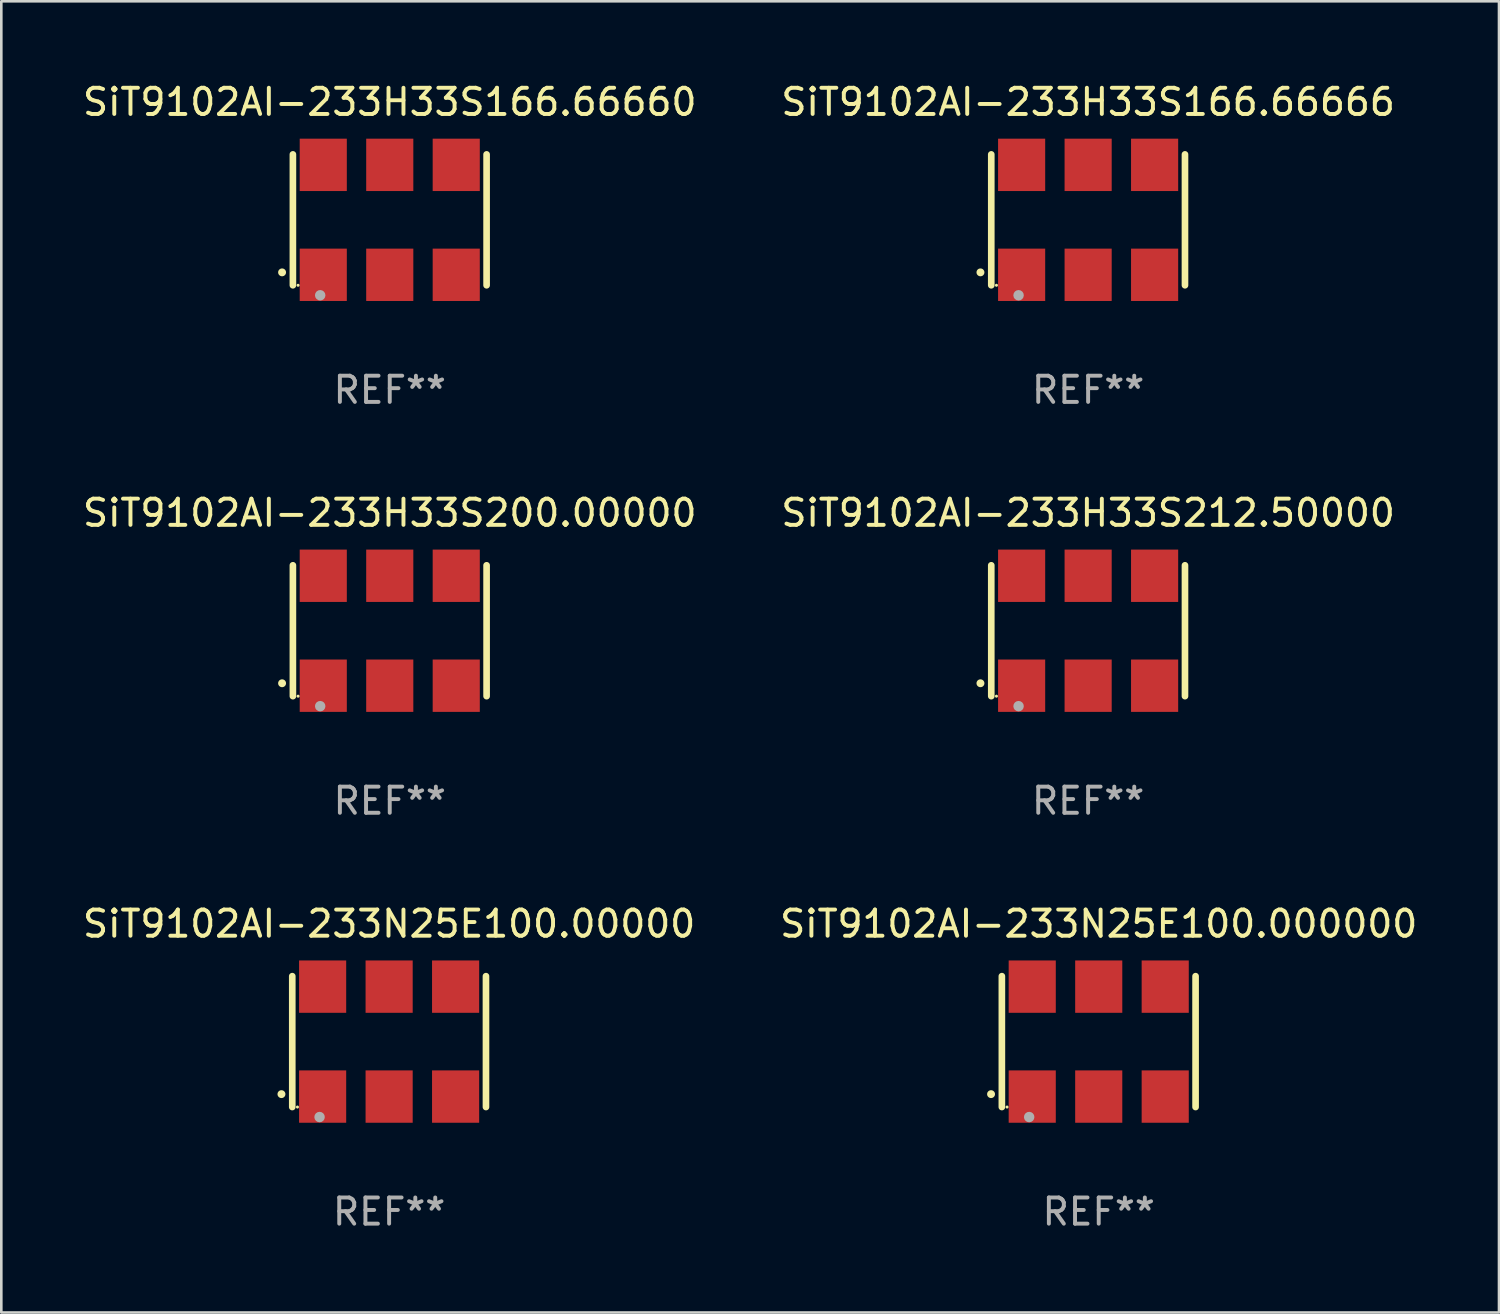
<source format=kicad_pcb>
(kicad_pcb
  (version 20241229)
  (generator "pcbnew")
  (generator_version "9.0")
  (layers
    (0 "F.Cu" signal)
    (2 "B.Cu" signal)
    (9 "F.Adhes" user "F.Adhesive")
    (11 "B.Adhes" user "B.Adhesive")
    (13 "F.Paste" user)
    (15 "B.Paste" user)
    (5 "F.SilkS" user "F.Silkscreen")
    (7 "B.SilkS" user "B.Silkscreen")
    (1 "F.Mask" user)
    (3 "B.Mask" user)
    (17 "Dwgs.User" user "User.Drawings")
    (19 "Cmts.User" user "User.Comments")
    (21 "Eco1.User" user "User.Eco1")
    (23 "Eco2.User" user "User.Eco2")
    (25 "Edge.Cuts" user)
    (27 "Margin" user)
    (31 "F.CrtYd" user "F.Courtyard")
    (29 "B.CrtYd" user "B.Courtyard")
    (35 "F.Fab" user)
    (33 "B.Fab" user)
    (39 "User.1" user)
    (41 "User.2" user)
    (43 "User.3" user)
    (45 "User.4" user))
  (footprint "SiT9102AI-233H33S212.50000"
    (layer "F.Cu")
    (at 38.518 21.045)
    (property "Reference" "SiT9102AI-233H33S212.50000" (at 0 -4.5 0) (layer "F.SilkS") (effects (font (size 1 1) (thickness 0.15))))
    (attr through_hole)
    (fp_line (start -3.7 -2.5) (end -3.7 2.5) (stroke (width 0.254) (type solid)) (layer "F.SilkS"))
    (fp_line (start 3.7 -2.5) (end 3.7 2.5) (stroke (width 0.254) (type solid)) (layer "F.SilkS"))
    (fp_arc (start -4.114415 2.006604) (mid -4.113145 2.006599) (end -4.111875 2.006604) (stroke (width 0.3) (type solid)) (layer "F.SilkS"))
    (fp_circle (center -3.502 2.5) (end -3.472 2.5) (stroke (width 0.06) (type solid)) (fill no) (layer "F.SilkS"))
    (fp_circle (center -2.657 2.882) (end -2.557 2.882) (stroke (width 0.2) (type solid)) (fill no) (layer "F.Fab"))
    (fp_text user "REF**" (at 0 6.5 0) (layer "F.Fab") (effects (font (size 1 1) (thickness 0.15))))
    (pad "1" smd rect (at -2.54 2.1) (size 1.8 2) (layers "F.Cu" "F.Mask" "F.Paste"))
    (pad "2" smd rect (at 0.000394 2.1) (size 1.8 2) (layers "F.Cu" "F.Mask" "F.Paste"))
    (pad "3" smd rect (at 2.54 2.1) (size 1.8 2) (layers "F.Cu" "F.Mask" "F.Paste"))
    (pad "4" smd rect (at 2.54 -2.1) (size 1.8 2) (layers "F.Cu" "F.Mask" "F.Paste"))
    (pad "5" smd rect (at 0.000394 -2.1) (size 1.8 2) (layers "F.Cu" "F.Mask" "F.Paste"))
    (pad "6" smd rect (at -2.54 -2.1) (size 1.8 2) (layers "F.Cu" "F.Mask" "F.Paste")))
  (footprint "SiT9102AI-233H33S166.66666"
    (layer "F.Cu")
    (at 38.518 5.348)
    (property "Reference" "SiT9102AI-233H33S166.66666" (at 0 -4.5 0) (layer "F.SilkS") (effects (font (size 1 1) (thickness 0.15))))
    (attr through_hole)
    (fp_line (start -3.7 -2.5) (end -3.7 2.5) (stroke (width 0.254) (type solid)) (layer "F.SilkS"))
    (fp_line (start 3.7 -2.5) (end 3.7 2.5) (stroke (width 0.254) (type solid)) (layer "F.SilkS"))
    (fp_arc (start -4.114415 2.006604) (mid -4.113145 2.006599) (end -4.111875 2.006604) (stroke (width 0.3) (type solid)) (layer "F.SilkS"))
    (fp_circle (center -3.502 2.5) (end -3.472 2.5) (stroke (width 0.06) (type solid)) (fill no) (layer "F.SilkS"))
    (fp_circle (center -2.657 2.882) (end -2.557 2.882) (stroke (width 0.2) (type solid)) (fill no) (layer "F.Fab"))
    (fp_text user "REF**" (at 0 6.5 0) (layer "F.Fab") (effects (font (size 1 1) (thickness 0.15))))
    (pad "1" smd rect (at -2.54 2.1) (size 1.8 2) (layers "F.Cu" "F.Mask" "F.Paste"))
    (pad "2" smd rect (at 0.000394 2.1) (size 1.8 2) (layers "F.Cu" "F.Mask" "F.Paste"))
    (pad "3" smd rect (at 2.54 2.1) (size 1.8 2) (layers "F.Cu" "F.Mask" "F.Paste"))
    (pad "4" smd rect (at 2.54 -2.1) (size 1.8 2) (layers "F.Cu" "F.Mask" "F.Paste"))
    (pad "5" smd rect (at 0.000394 -2.1) (size 1.8 2) (layers "F.Cu" "F.Mask" "F.Paste"))
    (pad "6" smd rect (at -2.54 -2.1) (size 1.8 2) (layers "F.Cu" "F.Mask" "F.Paste")))
  (footprint "SiT9102AI-233N25E100.000000"
    (layer "F.Cu")
    (at 38.923 36.741)
    (property "Reference" "SiT9102AI-233N25E100.000000" (at 0 -4.5 0) (layer "F.SilkS") (effects (font (size 1 1) (thickness 0.15))))
    (attr through_hole)
    (fp_line (start -3.7 -2.5) (end -3.7 2.5) (stroke (width 0.254) (type solid)) (layer "F.SilkS"))
    (fp_line (start 3.7 -2.5) (end 3.7 2.5) (stroke (width 0.254) (type solid)) (layer "F.SilkS"))
    (fp_arc (start -4.114415 2.006604) (mid -4.113145 2.006599) (end -4.111875 2.006604) (stroke (width 0.3) (type solid)) (layer "F.SilkS"))
    (fp_circle (center -3.502 2.5) (end -3.472 2.5) (stroke (width 0.06) (type solid)) (fill no) (layer "F.SilkS"))
    (fp_circle (center -2.657 2.882) (end -2.557 2.882) (stroke (width 0.2) (type solid)) (fill no) (layer "F.Fab"))
    (fp_text user "REF**" (at 0 6.5 0) (layer "F.Fab") (effects (font (size 1 1) (thickness 0.15))))
    (pad "1" smd rect (at -2.54 2.1) (size 1.8 2) (layers "F.Cu" "F.Mask" "F.Paste"))
    (pad "2" smd rect (at 0.000394 2.1) (size 1.8 2) (layers "F.Cu" "F.Mask" "F.Paste"))
    (pad "3" smd rect (at 2.54 2.1) (size 1.8 2) (layers "F.Cu" "F.Mask" "F.Paste"))
    (pad "4" smd rect (at 2.54 -2.1) (size 1.8 2) (layers "F.Cu" "F.Mask" "F.Paste"))
    (pad "5" smd rect (at 0.000394 -2.1) (size 1.8 2) (layers "F.Cu" "F.Mask" "F.Paste"))
    (pad "6" smd rect (at -2.54 -2.1) (size 1.8 2) (layers "F.Cu" "F.Mask" "F.Paste")))
  (footprint "SiT9102AI-233H33S200.00000"
    (layer "F.Cu")
    (at 11.839 21.045)
    (property "Reference" "SiT9102AI-233H33S200.00000" (at 0 -4.5 0) (layer "F.SilkS") (effects (font (size 1 1) (thickness 0.15))))
    (attr through_hole)
    (fp_line (start -3.7 -2.5) (end -3.7 2.5) (stroke (width 0.254) (type solid)) (layer "F.SilkS"))
    (fp_line (start 3.7 -2.5) (end 3.7 2.5) (stroke (width 0.254) (type solid)) (layer "F.SilkS"))
    (fp_arc (start -4.114415 2.006604) (mid -4.113145 2.006599) (end -4.111875 2.006604) (stroke (width 0.3) (type solid)) (layer "F.SilkS"))
    (fp_circle (center -3.502 2.5) (end -3.472 2.5) (stroke (width 0.06) (type solid)) (fill no) (layer "F.SilkS"))
    (fp_circle (center -2.657 2.882) (end -2.557 2.882) (stroke (width 0.2) (type solid)) (fill no) (layer "F.Fab"))
    (fp_text user "REF**" (at 0 6.5 0) (layer "F.Fab") (effects (font (size 1 1) (thickness 0.15))))
    (pad "1" smd rect (at -2.54 2.1) (size 1.8 2) (layers "F.Cu" "F.Mask" "F.Paste"))
    (pad "2" smd rect (at 0.000394 2.1) (size 1.8 2) (layers "F.Cu" "F.Mask" "F.Paste"))
    (pad "3" smd rect (at 2.54 2.1) (size 1.8 2) (layers "F.Cu" "F.Mask" "F.Paste"))
    (pad "4" smd rect (at 2.54 -2.1) (size 1.8 2) (layers "F.Cu" "F.Mask" "F.Paste"))
    (pad "5" smd rect (at 0.000394 -2.1) (size 1.8 2) (layers "F.Cu" "F.Mask" "F.Paste"))
    (pad "6" smd rect (at -2.54 -2.1) (size 1.8 2) (layers "F.Cu" "F.Mask" "F.Paste")))
  (footprint "SiT9102AI-233N25E100.00000"
    (layer "F.Cu")
    (at 11.815 36.741)
    (property "Reference" "SiT9102AI-233N25E100.00000" (at 0 -4.5 0) (layer "F.SilkS") (effects (font (size 1 1) (thickness 0.15))))
    (attr through_hole)
    (fp_line (start -3.7 -2.5) (end -3.7 2.5) (stroke (width 0.254) (type solid)) (layer "F.SilkS"))
    (fp_line (start 3.7 -2.5) (end 3.7 2.5) (stroke (width 0.254) (type solid)) (layer "F.SilkS"))
    (fp_arc (start -4.114415 2.006604) (mid -4.113145 2.006599) (end -4.111875 2.006604) (stroke (width 0.3) (type solid)) (layer "F.SilkS"))
    (fp_circle (center -3.502 2.5) (end -3.472 2.5) (stroke (width 0.06) (type solid)) (fill no) (layer "F.SilkS"))
    (fp_circle (center -2.657 2.882) (end -2.557 2.882) (stroke (width 0.2) (type solid)) (fill no) (layer "F.Fab"))
    (fp_text user "REF**" (at 0 6.5 0) (layer "F.Fab") (effects (font (size 1 1) (thickness 0.15))))
    (pad "1" smd rect (at -2.54 2.1) (size 1.8 2) (layers "F.Cu" "F.Mask" "F.Paste"))
    (pad "2" smd rect (at 0.000394 2.1) (size 1.8 2) (layers "F.Cu" "F.Mask" "F.Paste"))
    (pad "3" smd rect (at 2.54 2.1) (size 1.8 2) (layers "F.Cu" "F.Mask" "F.Paste"))
    (pad "4" smd rect (at 2.54 -2.1) (size 1.8 2) (layers "F.Cu" "F.Mask" "F.Paste"))
    (pad "5" smd rect (at 0.000394 -2.1) (size 1.8 2) (layers "F.Cu" "F.Mask" "F.Paste"))
    (pad "6" smd rect (at -2.54 -2.1) (size 1.8 2) (layers "F.Cu" "F.Mask" "F.Paste")))
  (footprint "SiT9102AI-233H33S166.66660"
    (layer "F.Cu")
    (at 11.839 5.348)
    (property "Reference" "SiT9102AI-233H33S166.66660" (at 0 -4.5 0) (layer "F.SilkS") (effects (font (size 1 1) (thickness 0.15))))
    (attr through_hole)
    (fp_line (start -3.7 -2.5) (end -3.7 2.5) (stroke (width 0.254) (type solid)) (layer "F.SilkS"))
    (fp_line (start 3.7 -2.5) (end 3.7 2.5) (stroke (width 0.254) (type solid)) (layer "F.SilkS"))
    (fp_arc (start -4.114415 2.006604) (mid -4.113145 2.006599) (end -4.111875 2.006604) (stroke (width 0.3) (type solid)) (layer "F.SilkS"))
    (fp_circle (center -3.502 2.5) (end -3.472 2.5) (stroke (width 0.06) (type solid)) (fill no) (layer "F.SilkS"))
    (fp_circle (center -2.657 2.882) (end -2.557 2.882) (stroke (width 0.2) (type solid)) (fill no) (layer "F.Fab"))
    (fp_text user "REF**" (at 0 6.5 0) (layer "F.Fab") (effects (font (size 1 1) (thickness 0.15))))
    (pad "1" smd rect (at -2.54 2.1) (size 1.8 2) (layers "F.Cu" "F.Mask" "F.Paste"))
    (pad "2" smd rect (at 0.000394 2.1) (size 1.8 2) (layers "F.Cu" "F.Mask" "F.Paste"))
    (pad "3" smd rect (at 2.54 2.1) (size 1.8 2) (layers "F.Cu" "F.Mask" "F.Paste"))
    (pad "4" smd rect (at 2.54 -2.1) (size 1.8 2) (layers "F.Cu" "F.Mask" "F.Paste"))
    (pad "5" smd rect (at 0.000394 -2.1) (size 1.8 2) (layers "F.Cu" "F.Mask" "F.Paste"))
    (pad "6" smd rect (at -2.54 -2.1) (size 1.8 2) (layers "F.Cu" "F.Mask" "F.Paste")))
  (gr_rect
    (start -3 -3)
    (end 54.214 47.09)
    (stroke (width 0.1) (type default))
    (fill no)
    (layer "Edge.Cuts")))
</source>
